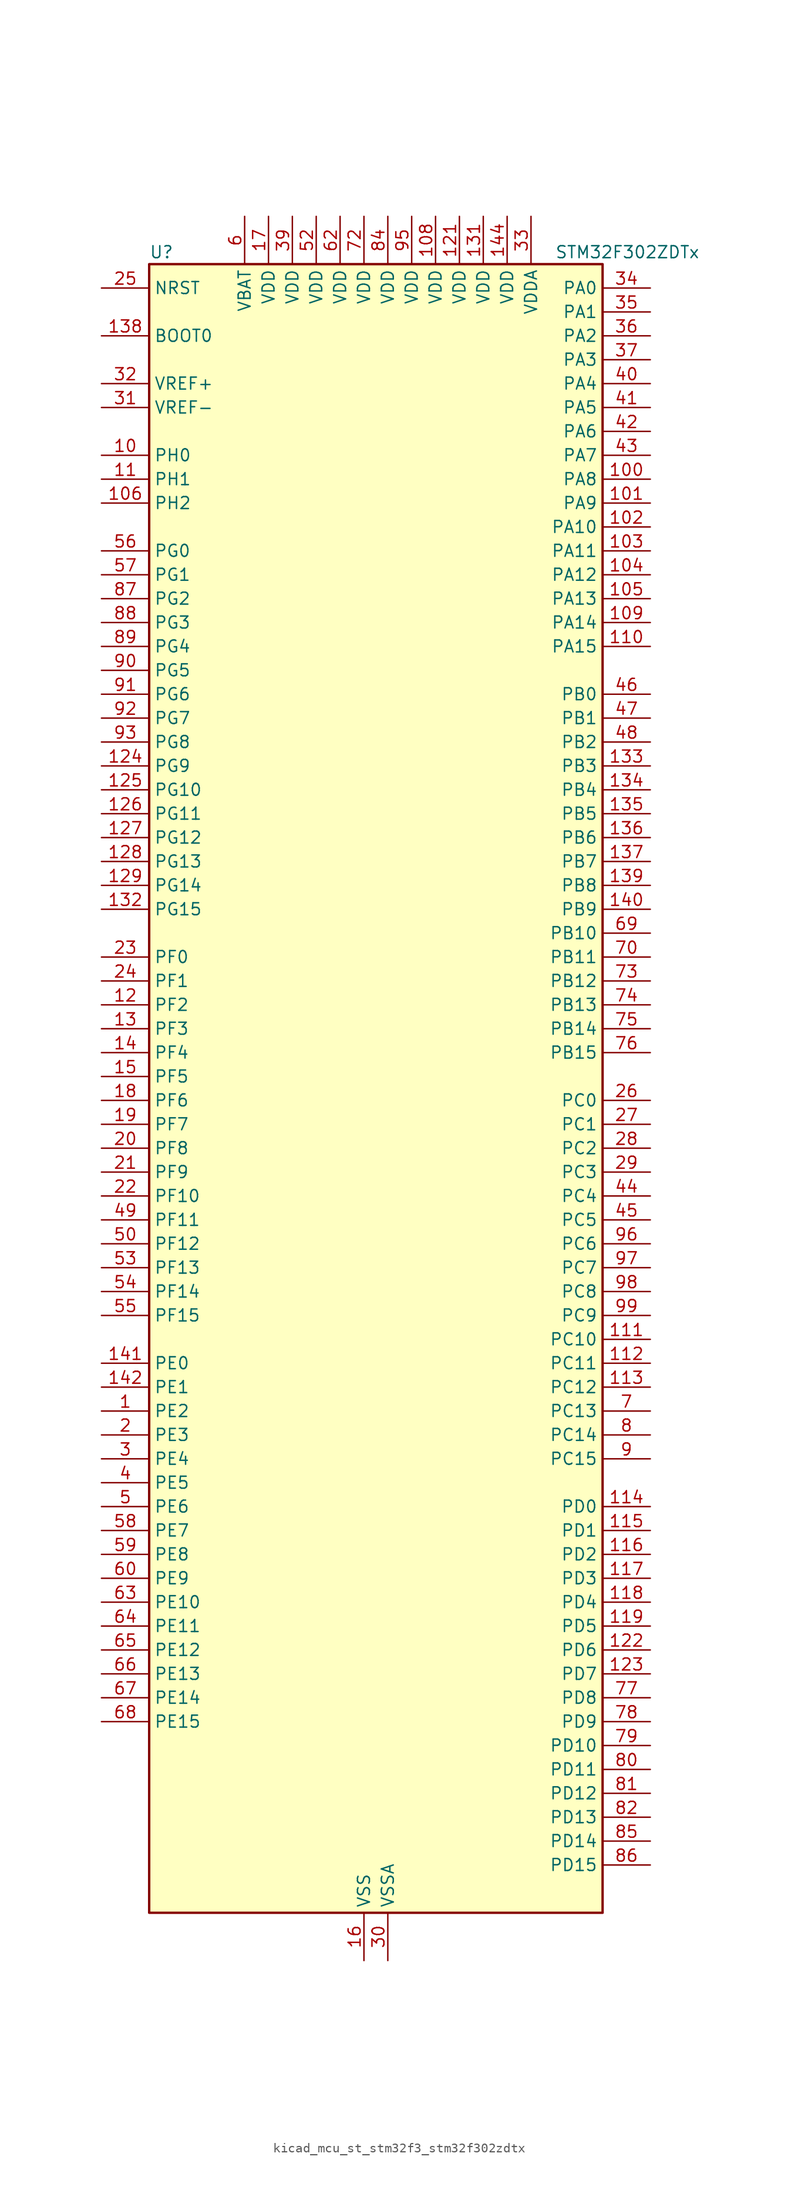
<source format=kicad_sym>
(kicad_symbol_lib
  (version 20220914)
  (generator kicad_symbol_editor)
  (symbol "kicad_mcu_st_stm32f3_stm32f302zdtx"
    (property "Reference" "U"
      (at -22.86 90.17 0)
      (effects (font (size 1.27 1.27)) (justify left)))
    (property "Value" "STM32F302ZDTx"
      (at 20.32 90.17 0)
      (effects (font (size 1.27 1.27)) (justify left)))
    (property "ki_locked" ""
      (at 0 0 0)
      (effects (font (size 1.27 1.27))))
    (symbol "kicad_mcu_st_stm32f3_stm32f302zdtx_0_1"
      (rectangle (start -22.86 -86.36) (end 25.4 88.9) (stroke (width 0.254) (type default)) (fill (type background))))
    (symbol "kicad_mcu_st_stm32f3_stm32f302zdtx_1_1"
      (pin bidirectional line (at -27.94 -33.02 0) (length 5.08) (name "PE2" (effects (font (size 1.27 1.27)))) (number "1" (effects (font (size 1.27 1.27)))) (alternate "FMC_A23" bidirectional line) (alternate "SPI4_SCK" bidirectional line) (alternate "SYS_TRACECK" bidirectional line) (alternate "TIM3_CH1" bidirectional line) (alternate "TSC_G7_IO1" bidirectional line))
      (pin bidirectional line (at -27.94 68.58 0) (length 5.08) (name "PH0" (effects (font (size 1.27 1.27)))) (number "10" (effects (font (size 1.27 1.27)))) (alternate "FMC_A0" bidirectional line))
      (pin bidirectional line (at 30.48 66.04 180) (length 5.08) (name "PA8" (effects (font (size 1.27 1.27)))) (number "100" (effects (font (size 1.27 1.27)))) (alternate "I2C2_SMBA" bidirectional line) (alternate "I2C3_SCL" bidirectional line) (alternate "I2S2_MCK" bidirectional line) (alternate "RCC_MCO" bidirectional line) (alternate "TIM1_CH1" bidirectional line) (alternate "TIM4_ETR" bidirectional line) (alternate "USART1_CK" bidirectional line))
      (pin bidirectional line (at 30.48 63.5 180) (length 5.08) (name "PA9" (effects (font (size 1.27 1.27)))) (number "101" (effects (font (size 1.27 1.27)))) (alternate "DAC1_EXTI9" bidirectional line) (alternate "I2C2_SCL" bidirectional line) (alternate "I2C3_SMBA" bidirectional line) (alternate "I2S3_MCK" bidirectional line) (alternate "TIM15_BKIN" bidirectional line) (alternate "TIM1_CH2" bidirectional line) (alternate "TIM2_CH3" bidirectional line) (alternate "TSC_G4_IO1" bidirectional line) (alternate "USART1_TX" bidirectional line))
      (pin bidirectional line (at 30.48 60.96 180) (length 5.08) (name "PA10" (effects (font (size 1.27 1.27)))) (number "102" (effects (font (size 1.27 1.27)))) (alternate "COMP6_OUT" bidirectional line) (alternate "I2C2_SDA" bidirectional line) (alternate "I2S2_ext_SD" bidirectional line) (alternate "SPI2_MISO" bidirectional line) (alternate "TIM17_BKIN" bidirectional line) (alternate "TIM1_CH3" bidirectional line) (alternate "TIM2_CH4" bidirectional line) (alternate "TSC_G4_IO2" bidirectional line) (alternate "USART1_RX" bidirectional line))
      (pin bidirectional line (at 30.48 58.42 180) (length 5.08) (name "PA11" (effects (font (size 1.27 1.27)))) (number "103" (effects (font (size 1.27 1.27)))) (alternate "ADC1_EXTI11" bidirectional line) (alternate "ADC2_EXTI11" bidirectional line) (alternate "CAN_RX" bidirectional line) (alternate "COMP1_OUT" bidirectional line) (alternate "I2S2_SD" bidirectional line) (alternate "SPI2_MOSI" bidirectional line) (alternate "TIM1_BKIN2" bidirectional line) (alternate "TIM1_CH1N" bidirectional line) (alternate "TIM1_CH4" bidirectional line) (alternate "TIM4_CH1" bidirectional line) (alternate "USART1_CTS" bidirectional line) (alternate "USB_DM" bidirectional line))
      (pin bidirectional line (at 30.48 55.88 180) (length 5.08) (name "PA12" (effects (font (size 1.27 1.27)))) (number "104" (effects (font (size 1.27 1.27)))) (alternate "CAN_TX" bidirectional line) (alternate "COMP2_OUT" bidirectional line) (alternate "I2S_CKIN" bidirectional line) (alternate "TIM16_CH1" bidirectional line) (alternate "TIM1_CH2N" bidirectional line) (alternate "TIM1_ETR" bidirectional line) (alternate "TIM4_CH2" bidirectional line) (alternate "USART1_DE" bidirectional line) (alternate "USART1_RTS" bidirectional line) (alternate "USB_DP" bidirectional line))
      (pin bidirectional line (at 30.48 53.34 180) (length 5.08) (name "PA13" (effects (font (size 1.27 1.27)))) (number "105" (effects (font (size 1.27 1.27)))) (alternate "IR_OUT" bidirectional line) (alternate "SYS_JTMS-SWDIO" bidirectional line) (alternate "TIM16_CH1N" bidirectional line) (alternate "TIM4_CH3" bidirectional line) (alternate "TSC_G4_IO3" bidirectional line) (alternate "USART3_CTS" bidirectional line))
      (pin bidirectional line (at -27.94 63.5 0) (length 5.08) (name "PH2" (effects (font (size 1.27 1.27)))) (number "106" (effects (font (size 1.27 1.27)))))
      (pin passive line (at 0 -91.44 90) (length 5.08) hide (name "VSS" (effects (font (size 1.27 1.27)))) (number "107" (effects (font (size 1.27 1.27)))))
      (pin power_in line (at 7.62 93.98 270) (length 5.08) (name "VDD" (effects (font (size 1.27 1.27)))) (number "108" (effects (font (size 1.27 1.27)))))
      (pin bidirectional line (at 30.48 50.8 180) (length 5.08) (name "PA14" (effects (font (size 1.27 1.27)))) (number "109" (effects (font (size 1.27 1.27)))) (alternate "I2C1_SDA" bidirectional line) (alternate "SYS_JTCK-SWCLK" bidirectional line) (alternate "TIM1_BKIN" bidirectional line) (alternate "TSC_G4_IO4" bidirectional line) (alternate "USART2_TX" bidirectional line))
      (pin bidirectional line (at -27.94 66.04 0) (length 5.08) (name "PH1" (effects (font (size 1.27 1.27)))) (number "11" (effects (font (size 1.27 1.27)))) (alternate "FMC_A1" bidirectional line))
      (pin bidirectional line (at 30.48 48.26 180) (length 5.08) (name "PA15" (effects (font (size 1.27 1.27)))) (number "110" (effects (font (size 1.27 1.27)))) (alternate "ADC1_EXTI15" bidirectional line) (alternate "ADC2_EXTI15" bidirectional line) (alternate "I2C1_SCL" bidirectional line) (alternate "I2S3_WS" bidirectional line) (alternate "SPI1_NSS" bidirectional line) (alternate "SPI3_NSS" bidirectional line) (alternate "SYS_JTDI" bidirectional line) (alternate "TIM1_BKIN" bidirectional line) (alternate "TIM2_CH1" bidirectional line) (alternate "TIM2_ETR" bidirectional line) (alternate "TSC_SYNC" bidirectional line) (alternate "USART2_RX" bidirectional line))
      (pin bidirectional line (at 30.48 -25.4 180) (length 5.08) (name "PC10" (effects (font (size 1.27 1.27)))) (number "111" (effects (font (size 1.27 1.27)))) (alternate "I2S3_CK" bidirectional line) (alternate "SPI3_SCK" bidirectional line) (alternate "UART4_TX" bidirectional line) (alternate "USART3_TX" bidirectional line))
      (pin bidirectional line (at 30.48 -27.94 180) (length 5.08) (name "PC11" (effects (font (size 1.27 1.27)))) (number "112" (effects (font (size 1.27 1.27)))) (alternate "ADC1_EXTI11" bidirectional line) (alternate "ADC2_EXTI11" bidirectional line) (alternate "I2S3_ext_SD" bidirectional line) (alternate "SPI3_MISO" bidirectional line) (alternate "UART4_RX" bidirectional line) (alternate "USART3_RX" bidirectional line))
      (pin bidirectional line (at 30.48 -30.48 180) (length 5.08) (name "PC12" (effects (font (size 1.27 1.27)))) (number "113" (effects (font (size 1.27 1.27)))) (alternate "I2S3_SD" bidirectional line) (alternate "SPI3_MOSI" bidirectional line) (alternate "UART5_TX" bidirectional line) (alternate "USART3_CK" bidirectional line))
      (pin bidirectional line (at 30.48 -43.18 180) (length 5.08) (name "PD0" (effects (font (size 1.27 1.27)))) (number "114" (effects (font (size 1.27 1.27)))) (alternate "CAN_RX" bidirectional line) (alternate "FMC_D2" bidirectional line) (alternate "FMC_DA2" bidirectional line))
      (pin bidirectional line (at 30.48 -45.72 180) (length 5.08) (name "PD1" (effects (font (size 1.27 1.27)))) (number "115" (effects (font (size 1.27 1.27)))) (alternate "CAN_TX" bidirectional line) (alternate "FMC_D3" bidirectional line) (alternate "FMC_DA3" bidirectional line))
      (pin bidirectional line (at 30.48 -48.26 180) (length 5.08) (name "PD2" (effects (font (size 1.27 1.27)))) (number "116" (effects (font (size 1.27 1.27)))) (alternate "TIM3_ETR" bidirectional line) (alternate "UART5_RX" bidirectional line))
      (pin bidirectional line (at 30.48 -50.8 180) (length 5.08) (name "PD3" (effects (font (size 1.27 1.27)))) (number "117" (effects (font (size 1.27 1.27)))) (alternate "FMC_CLK" bidirectional line) (alternate "TIM2_CH1" bidirectional line) (alternate "TIM2_ETR" bidirectional line) (alternate "USART2_CTS" bidirectional line))
      (pin bidirectional line (at 30.48 -53.34 180) (length 5.08) (name "PD4" (effects (font (size 1.27 1.27)))) (number "118" (effects (font (size 1.27 1.27)))) (alternate "FMC_NOE" bidirectional line) (alternate "TIM2_CH2" bidirectional line) (alternate "USART2_DE" bidirectional line) (alternate "USART2_RTS" bidirectional line))
      (pin bidirectional line (at 30.48 -55.88 180) (length 5.08) (name "PD5" (effects (font (size 1.27 1.27)))) (number "119" (effects (font (size 1.27 1.27)))) (alternate "FMC_NWE" bidirectional line) (alternate "USART2_TX" bidirectional line))
      (pin bidirectional line (at -27.94 10.16 0) (length 5.08) (name "PF2" (effects (font (size 1.27 1.27)))) (number "12" (effects (font (size 1.27 1.27)))) (alternate "ADC1_IN10" bidirectional line) (alternate "ADC2_IN10" bidirectional line) (alternate "FMC_A2" bidirectional line))
      (pin passive line (at 0 -91.44 90) (length 5.08) hide (name "VSS" (effects (font (size 1.27 1.27)))) (number "120" (effects (font (size 1.27 1.27)))))
      (pin power_in line (at 10.16 93.98 270) (length 5.08) (name "VDD" (effects (font (size 1.27 1.27)))) (number "121" (effects (font (size 1.27 1.27)))))
      (pin bidirectional line (at 30.48 -58.42 180) (length 5.08) (name "PD6" (effects (font (size 1.27 1.27)))) (number "122" (effects (font (size 1.27 1.27)))) (alternate "FMC_NWAIT" bidirectional line) (alternate "TIM2_CH4" bidirectional line) (alternate "USART2_RX" bidirectional line))
      (pin bidirectional line (at 30.48 -60.96 180) (length 5.08) (name "PD7" (effects (font (size 1.27 1.27)))) (number "123" (effects (font (size 1.27 1.27)))) (alternate "FMC_NCE2" bidirectional line) (alternate "FMC_NE1" bidirectional line) (alternate "TIM2_CH3" bidirectional line) (alternate "USART2_CK" bidirectional line))
      (pin bidirectional line (at -27.94 35.56 0) (length 5.08) (name "PG9" (effects (font (size 1.27 1.27)))) (number "124" (effects (font (size 1.27 1.27)))) (alternate "DAC1_EXTI9" bidirectional line) (alternate "FMC_NCE3" bidirectional line) (alternate "FMC_NE2" bidirectional line))
      (pin bidirectional line (at -27.94 33.02 0) (length 5.08) (name "PG10" (effects (font (size 1.27 1.27)))) (number "125" (effects (font (size 1.27 1.27)))) (alternate "FMC_NCE4_1" bidirectional line) (alternate "FMC_NE3" bidirectional line))
      (pin bidirectional line (at -27.94 30.48 0) (length 5.08) (name "PG11" (effects (font (size 1.27 1.27)))) (number "126" (effects (font (size 1.27 1.27)))) (alternate "ADC1_EXTI11" bidirectional line) (alternate "ADC2_EXTI11" bidirectional line) (alternate "FMC_NCE4_2" bidirectional line))
      (pin bidirectional line (at -27.94 27.94 0) (length 5.08) (name "PG12" (effects (font (size 1.27 1.27)))) (number "127" (effects (font (size 1.27 1.27)))) (alternate "FMC_NE4" bidirectional line))
      (pin bidirectional line (at -27.94 25.4 0) (length 5.08) (name "PG13" (effects (font (size 1.27 1.27)))) (number "128" (effects (font (size 1.27 1.27)))) (alternate "FMC_A24" bidirectional line))
      (pin bidirectional line (at -27.94 22.86 0) (length 5.08) (name "PG14" (effects (font (size 1.27 1.27)))) (number "129" (effects (font (size 1.27 1.27)))) (alternate "FMC_A25" bidirectional line))
      (pin bidirectional line (at -27.94 7.62 0) (length 5.08) (name "PF3" (effects (font (size 1.27 1.27)))) (number "13" (effects (font (size 1.27 1.27)))) (alternate "FMC_A3" bidirectional line))
      (pin passive line (at 0 -91.44 90) (length 5.08) hide (name "VSS" (effects (font (size 1.27 1.27)))) (number "130" (effects (font (size 1.27 1.27)))))
      (pin power_in line (at 12.7 93.98 270) (length 5.08) (name "VDD" (effects (font (size 1.27 1.27)))) (number "131" (effects (font (size 1.27 1.27)))))
      (pin bidirectional line (at -27.94 20.32 0) (length 5.08) (name "PG15" (effects (font (size 1.27 1.27)))) (number "132" (effects (font (size 1.27 1.27)))) (alternate "ADC1_EXTI15" bidirectional line) (alternate "ADC2_EXTI15" bidirectional line))
      (pin bidirectional line (at 30.48 35.56 180) (length 5.08) (name "PB3" (effects (font (size 1.27 1.27)))) (number "133" (effects (font (size 1.27 1.27)))) (alternate "I2S3_CK" bidirectional line) (alternate "SPI1_SCK" bidirectional line) (alternate "SPI3_SCK" bidirectional line) (alternate "SYS_JTDO-TRACESWO" bidirectional line) (alternate "TIM2_CH2" bidirectional line) (alternate "TIM3_ETR" bidirectional line) (alternate "TIM4_ETR" bidirectional line) (alternate "TSC_G5_IO1" bidirectional line) (alternate "USART2_TX" bidirectional line))
      (pin bidirectional line (at 30.48 33.02 180) (length 5.08) (name "PB4" (effects (font (size 1.27 1.27)))) (number "134" (effects (font (size 1.27 1.27)))) (alternate "I2S3_ext_SD" bidirectional line) (alternate "SPI1_MISO" bidirectional line) (alternate "SPI3_MISO" bidirectional line) (alternate "SYS_NJTRST" bidirectional line) (alternate "TIM16_CH1" bidirectional line) (alternate "TIM17_BKIN" bidirectional line) (alternate "TIM3_CH1" bidirectional line) (alternate "TSC_G5_IO2" bidirectional line) (alternate "USART2_RX" bidirectional line))
      (pin bidirectional line (at 30.48 30.48 180) (length 5.08) (name "PB5" (effects (font (size 1.27 1.27)))) (number "135" (effects (font (size 1.27 1.27)))) (alternate "I2C1_SMBA" bidirectional line) (alternate "I2C3_SDA" bidirectional line) (alternate "I2S3_SD" bidirectional line) (alternate "SPI1_MOSI" bidirectional line) (alternate "SPI3_MOSI" bidirectional line) (alternate "TIM16_BKIN" bidirectional line) (alternate "TIM17_CH1" bidirectional line) (alternate "TIM3_CH2" bidirectional line) (alternate "USART2_CK" bidirectional line))
      (pin bidirectional line (at 30.48 27.94 180) (length 5.08) (name "PB6" (effects (font (size 1.27 1.27)))) (number "136" (effects (font (size 1.27 1.27)))) (alternate "I2C1_SCL" bidirectional line) (alternate "TIM16_CH1N" bidirectional line) (alternate "TIM4_CH1" bidirectional line) (alternate "TSC_G5_IO3" bidirectional line) (alternate "USART1_TX" bidirectional line))
      (pin bidirectional line (at 30.48 25.4 180) (length 5.08) (name "PB7" (effects (font (size 1.27 1.27)))) (number "137" (effects (font (size 1.27 1.27)))) (alternate "FMC_NL" bidirectional line) (alternate "I2C1_SDA" bidirectional line) (alternate "TIM17_CH1N" bidirectional line) (alternate "TIM3_CH4" bidirectional line) (alternate "TIM4_CH2" bidirectional line) (alternate "TSC_G5_IO4" bidirectional line) (alternate "USART1_RX" bidirectional line))
      (pin input line (at -27.94 81.28 0) (length 5.08) (name "BOOT0" (effects (font (size 1.27 1.27)))) (number "138" (effects (font (size 1.27 1.27)))))
      (pin bidirectional line (at 30.48 22.86 180) (length 5.08) (name "PB8" (effects (font (size 1.27 1.27)))) (number "139" (effects (font (size 1.27 1.27)))) (alternate "CAN_RX" bidirectional line) (alternate "COMP1_OUT" bidirectional line) (alternate "I2C1_SCL" bidirectional line) (alternate "TIM16_CH1" bidirectional line) (alternate "TIM1_BKIN" bidirectional line) (alternate "TIM4_CH3" bidirectional line) (alternate "TSC_SYNC" bidirectional line) (alternate "USART3_RX" bidirectional line))
      (pin bidirectional line (at -27.94 5.08 0) (length 5.08) (name "PF4" (effects (font (size 1.27 1.27)))) (number "14" (effects (font (size 1.27 1.27)))) (alternate "ADC1_IN5" bidirectional line) (alternate "COMP1_OUT" bidirectional line) (alternate "FMC_A4" bidirectional line))
      (pin bidirectional line (at 30.48 20.32 180) (length 5.08) (name "PB9" (effects (font (size 1.27 1.27)))) (number "140" (effects (font (size 1.27 1.27)))) (alternate "CAN_TX" bidirectional line) (alternate "COMP2_OUT" bidirectional line) (alternate "DAC1_EXTI9" bidirectional line) (alternate "I2C1_SDA" bidirectional line) (alternate "IR_OUT" bidirectional line) (alternate "TIM17_CH1" bidirectional line) (alternate "TIM4_CH4" bidirectional line) (alternate "USART3_TX" bidirectional line))
      (pin bidirectional line (at -27.94 -27.94 0) (length 5.08) (name "PE0" (effects (font (size 1.27 1.27)))) (number "141" (effects (font (size 1.27 1.27)))) (alternate "FMC_NBL0" bidirectional line) (alternate "TIM16_CH1" bidirectional line) (alternate "TIM4_ETR" bidirectional line) (alternate "USART1_TX" bidirectional line))
      (pin bidirectional line (at -27.94 -30.48 0) (length 5.08) (name "PE1" (effects (font (size 1.27 1.27)))) (number "142" (effects (font (size 1.27 1.27)))) (alternate "FMC_NBL1" bidirectional line) (alternate "TIM17_CH1" bidirectional line) (alternate "USART1_RX" bidirectional line))
      (pin passive line (at 0 -91.44 90) (length 5.08) hide (name "VSS" (effects (font (size 1.27 1.27)))) (number "143" (effects (font (size 1.27 1.27)))))
      (pin power_in line (at 15.24 93.98 270) (length 5.08) (name "VDD" (effects (font (size 1.27 1.27)))) (number "144" (effects (font (size 1.27 1.27)))))
      (pin bidirectional line (at -27.94 2.54 0) (length 5.08) (name "PF5" (effects (font (size 1.27 1.27)))) (number "15" (effects (font (size 1.27 1.27)))) (alternate "FMC_A5" bidirectional line))
      (pin power_in line (at 0 -91.44 90) (length 5.08) (name "VSS" (effects (font (size 1.27 1.27)))) (number "16" (effects (font (size 1.27 1.27)))))
      (pin power_in line (at -10.16 93.98 270) (length 5.08) (name "VDD" (effects (font (size 1.27 1.27)))) (number "17" (effects (font (size 1.27 1.27)))))
      (pin bidirectional line (at -27.94 0 0) (length 5.08) (name "PF6" (effects (font (size 1.27 1.27)))) (number "18" (effects (font (size 1.27 1.27)))) (alternate "FMC_NIORD" bidirectional line) (alternate "I2C2_SCL" bidirectional line) (alternate "TIM4_CH4" bidirectional line) (alternate "USART3_DE" bidirectional line) (alternate "USART3_RTS" bidirectional line))
      (pin bidirectional line (at -27.94 -2.54 0) (length 5.08) (name "PF7" (effects (font (size 1.27 1.27)))) (number "19" (effects (font (size 1.27 1.27)))) (alternate "FMC_NREG" bidirectional line))
      (pin bidirectional line (at -27.94 -35.56 0) (length 5.08) (name "PE3" (effects (font (size 1.27 1.27)))) (number "2" (effects (font (size 1.27 1.27)))) (alternate "FMC_A19" bidirectional line) (alternate "SPI4_NSS" bidirectional line) (alternate "SYS_TRACED0" bidirectional line) (alternate "TIM3_CH2" bidirectional line) (alternate "TSC_G7_IO2" bidirectional line))
      (pin bidirectional line (at -27.94 -5.08 0) (length 5.08) (name "PF8" (effects (font (size 1.27 1.27)))) (number "20" (effects (font (size 1.27 1.27)))) (alternate "FMC_NIOWR" bidirectional line))
      (pin bidirectional line (at -27.94 -7.62 0) (length 5.08) (name "PF9" (effects (font (size 1.27 1.27)))) (number "21" (effects (font (size 1.27 1.27)))) (alternate "DAC1_EXTI9" bidirectional line) (alternate "FMC_CD" bidirectional line) (alternate "SPI2_SCK" bidirectional line) (alternate "TIM15_CH1" bidirectional line))
      (pin bidirectional line (at -27.94 -10.16 0) (length 5.08) (name "PF10" (effects (font (size 1.27 1.27)))) (number "22" (effects (font (size 1.27 1.27)))) (alternate "FMC_INTR" bidirectional line) (alternate "SPI2_SCK" bidirectional line) (alternate "TIM15_CH2" bidirectional line))
      (pin bidirectional line (at -27.94 15.24 0) (length 5.08) (name "PF0" (effects (font (size 1.27 1.27)))) (number "23" (effects (font (size 1.27 1.27)))) (alternate "I2C2_SDA" bidirectional line) (alternate "I2S2_WS" bidirectional line) (alternate "RCC_OSC_IN" bidirectional line) (alternate "SPI2_NSS" bidirectional line) (alternate "TIM1_CH3N" bidirectional line))
      (pin bidirectional line (at -27.94 12.7 0) (length 5.08) (name "PF1" (effects (font (size 1.27 1.27)))) (number "24" (effects (font (size 1.27 1.27)))) (alternate "I2C2_SCL" bidirectional line) (alternate "I2S2_CK" bidirectional line) (alternate "RCC_OSC_OUT" bidirectional line) (alternate "SPI2_SCK" bidirectional line))
      (pin input line (at -27.94 86.36 0) (length 5.08) (name "NRST" (effects (font (size 1.27 1.27)))) (number "25" (effects (font (size 1.27 1.27)))))
      (pin bidirectional line (at 30.48 0 180) (length 5.08) (name "PC0" (effects (font (size 1.27 1.27)))) (number "26" (effects (font (size 1.27 1.27)))) (alternate "ADC1_IN6" bidirectional line) (alternate "ADC2_IN6" bidirectional line) (alternate "TIM1_CH1" bidirectional line))
      (pin bidirectional line (at 30.48 -2.54 180) (length 5.08) (name "PC1" (effects (font (size 1.27 1.27)))) (number "27" (effects (font (size 1.27 1.27)))) (alternate "ADC1_IN7" bidirectional line) (alternate "ADC2_IN7" bidirectional line) (alternate "TIM1_CH2" bidirectional line))
      (pin bidirectional line (at 30.48 -5.08 180) (length 5.08) (name "PC2" (effects (font (size 1.27 1.27)))) (number "28" (effects (font (size 1.27 1.27)))) (alternate "ADC1_IN8" bidirectional line) (alternate "ADC2_IN8" bidirectional line) (alternate "TIM1_CH3" bidirectional line))
      (pin bidirectional line (at 30.48 -7.62 180) (length 5.08) (name "PC3" (effects (font (size 1.27 1.27)))) (number "29" (effects (font (size 1.27 1.27)))) (alternate "ADC1_IN9" bidirectional line) (alternate "ADC2_IN9" bidirectional line) (alternate "TIM1_BKIN2" bidirectional line) (alternate "TIM1_CH4" bidirectional line))
      (pin bidirectional line (at -27.94 -38.1 0) (length 5.08) (name "PE4" (effects (font (size 1.27 1.27)))) (number "3" (effects (font (size 1.27 1.27)))) (alternate "FMC_A20" bidirectional line) (alternate "SPI4_NSS" bidirectional line) (alternate "SYS_TRACED1" bidirectional line) (alternate "TIM3_CH3" bidirectional line) (alternate "TSC_G7_IO3" bidirectional line))
      (pin power_in line (at 2.54 -91.44 90) (length 5.08) (name "VSSA" (effects (font (size 1.27 1.27)))) (number "30" (effects (font (size 1.27 1.27)))))
      (pin input line (at -27.94 73.66 0) (length 5.08) (name "VREF-" (effects (font (size 1.27 1.27)))) (number "31" (effects (font (size 1.27 1.27)))))
      (pin input line (at -27.94 76.2 0) (length 5.08) (name "VREF+" (effects (font (size 1.27 1.27)))) (number "32" (effects (font (size 1.27 1.27)))))
      (pin power_in line (at 17.78 93.98 270) (length 5.08) (name "VDDA" (effects (font (size 1.27 1.27)))) (number "33" (effects (font (size 1.27 1.27)))))
      (pin bidirectional line (at 30.48 86.36 180) (length 5.08) (name "PA0" (effects (font (size 1.27 1.27)))) (number "34" (effects (font (size 1.27 1.27)))) (alternate "ADC1_IN1" bidirectional line) (alternate "COMP1_INM" bidirectional line) (alternate "COMP1_OUT" bidirectional line) (alternate "RTC_TAMP2" bidirectional line) (alternate "SYS_WKUP1" bidirectional line) (alternate "TIM2_CH1" bidirectional line) (alternate "TIM2_ETR" bidirectional line) (alternate "TSC_G1_IO1" bidirectional line) (alternate "USART2_CTS" bidirectional line))
      (pin bidirectional line (at 30.48 83.82 180) (length 5.08) (name "PA1" (effects (font (size 1.27 1.27)))) (number "35" (effects (font (size 1.27 1.27)))) (alternate "ADC1_IN2" bidirectional line) (alternate "COMP1_INP" bidirectional line) (alternate "OPAMP1_VINP" bidirectional line) (alternate "OPAMP1_VINP_SEC" bidirectional line) (alternate "RTC_REFIN" bidirectional line) (alternate "TIM15_CH1N" bidirectional line) (alternate "TIM2_CH2" bidirectional line) (alternate "TSC_G1_IO2" bidirectional line) (alternate "USART2_DE" bidirectional line) (alternate "USART2_RTS" bidirectional line))
      (pin bidirectional line (at 30.48 81.28 180) (length 5.08) (name "PA2" (effects (font (size 1.27 1.27)))) (number "36" (effects (font (size 1.27 1.27)))) (alternate "ADC1_IN3" bidirectional line) (alternate "COMP2_INM" bidirectional line) (alternate "COMP2_OUT" bidirectional line) (alternate "OPAMP1_VOUT" bidirectional line) (alternate "TIM15_CH1" bidirectional line) (alternate "TIM2_CH3" bidirectional line) (alternate "TSC_G1_IO3" bidirectional line) (alternate "USART2_TX" bidirectional line))
      (pin bidirectional line (at 30.48 78.74 180) (length 5.08) (name "PA3" (effects (font (size 1.27 1.27)))) (number "37" (effects (font (size 1.27 1.27)))) (alternate "ADC1_IN4" bidirectional line) (alternate "OPAMP1_VINM" bidirectional line) (alternate "OPAMP1_VINM_SEC" bidirectional line) (alternate "OPAMP1_VINP" bidirectional line) (alternate "OPAMP1_VINP_SEC" bidirectional line) (alternate "TIM15_CH2" bidirectional line) (alternate "TIM2_CH4" bidirectional line) (alternate "TSC_G1_IO4" bidirectional line) (alternate "USART2_RX" bidirectional line))
      (pin passive line (at 0 -91.44 90) (length 5.08) hide (name "VSS" (effects (font (size 1.27 1.27)))) (number "38" (effects (font (size 1.27 1.27)))))
      (pin power_in line (at -7.62 93.98 270) (length 5.08) (name "VDD" (effects (font (size 1.27 1.27)))) (number "39" (effects (font (size 1.27 1.27)))))
      (pin bidirectional line (at -27.94 -40.64 0) (length 5.08) (name "PE5" (effects (font (size 1.27 1.27)))) (number "4" (effects (font (size 1.27 1.27)))) (alternate "FMC_A21" bidirectional line) (alternate "SPI4_MISO" bidirectional line) (alternate "SYS_TRACED2" bidirectional line) (alternate "TIM3_CH4" bidirectional line) (alternate "TSC_G7_IO4" bidirectional line))
      (pin bidirectional line (at 30.48 76.2 180) (length 5.08) (name "PA4" (effects (font (size 1.27 1.27)))) (number "40" (effects (font (size 1.27 1.27)))) (alternate "ADC2_IN1" bidirectional line) (alternate "COMP1_INM" bidirectional line) (alternate "COMP2_INM" bidirectional line) (alternate "COMP4_INM" bidirectional line) (alternate "COMP6_INM" bidirectional line) (alternate "DAC1_OUT1" bidirectional line) (alternate "I2S3_WS" bidirectional line) (alternate "SPI1_NSS" bidirectional line) (alternate "SPI3_NSS" bidirectional line) (alternate "TIM3_CH2" bidirectional line) (alternate "TSC_G2_IO1" bidirectional line) (alternate "USART2_CK" bidirectional line))
      (pin bidirectional line (at 30.48 73.66 180) (length 5.08) (name "PA5" (effects (font (size 1.27 1.27)))) (number "41" (effects (font (size 1.27 1.27)))) (alternate "ADC2_IN2" bidirectional line) (alternate "COMP1_INM" bidirectional line) (alternate "COMP2_INM" bidirectional line) (alternate "COMP4_INM" bidirectional line) (alternate "COMP6_INM" bidirectional line) (alternate "OPAMP1_VINP" bidirectional line) (alternate "OPAMP1_VINP_SEC" bidirectional line) (alternate "OPAMP2_VINM" bidirectional line) (alternate "OPAMP2_VINM_SEC" bidirectional line) (alternate "SPI1_SCK" bidirectional line) (alternate "TIM2_CH1" bidirectional line) (alternate "TIM2_ETR" bidirectional line) (alternate "TSC_G2_IO2" bidirectional line))
      (pin bidirectional line (at 30.48 71.12 180) (length 5.08) (name "PA6" (effects (font (size 1.27 1.27)))) (number "42" (effects (font (size 1.27 1.27)))) (alternate "ADC2_IN3" bidirectional line) (alternate "COMP1_OUT" bidirectional line) (alternate "OPAMP2_VOUT" bidirectional line) (alternate "SPI1_MISO" bidirectional line) (alternate "TIM16_CH1" bidirectional line) (alternate "TIM1_BKIN" bidirectional line) (alternate "TIM3_CH1" bidirectional line) (alternate "TSC_G2_IO3" bidirectional line))
      (pin bidirectional line (at 30.48 68.58 180) (length 5.08) (name "PA7" (effects (font (size 1.27 1.27)))) (number "43" (effects (font (size 1.27 1.27)))) (alternate "ADC2_IN4" bidirectional line) (alternate "COMP2_INP" bidirectional line) (alternate "OPAMP1_VINP" bidirectional line) (alternate "OPAMP1_VINP_SEC" bidirectional line) (alternate "OPAMP2_VINP" bidirectional line) (alternate "OPAMP2_VINP_SEC" bidirectional line) (alternate "SPI1_MOSI" bidirectional line) (alternate "TIM17_CH1" bidirectional line) (alternate "TIM1_CH1N" bidirectional line) (alternate "TIM3_CH2" bidirectional line) (alternate "TSC_G2_IO4" bidirectional line))
      (pin bidirectional line (at 30.48 -10.16 180) (length 5.08) (name "PC4" (effects (font (size 1.27 1.27)))) (number "44" (effects (font (size 1.27 1.27)))) (alternate "ADC2_IN5" bidirectional line) (alternate "TIM1_ETR" bidirectional line) (alternate "USART1_TX" bidirectional line))
      (pin bidirectional line (at 30.48 -12.7 180) (length 5.08) (name "PC5" (effects (font (size 1.27 1.27)))) (number "45" (effects (font (size 1.27 1.27)))) (alternate "ADC2_IN11" bidirectional line) (alternate "OPAMP1_VINM" bidirectional line) (alternate "OPAMP1_VINM_SEC" bidirectional line) (alternate "OPAMP2_VINM" bidirectional line) (alternate "OPAMP2_VINM_SEC" bidirectional line) (alternate "TIM15_BKIN" bidirectional line) (alternate "TSC_G3_IO1" bidirectional line) (alternate "USART1_RX" bidirectional line))
      (pin bidirectional line (at 30.48 43.18 180) (length 5.08) (name "PB0" (effects (font (size 1.27 1.27)))) (number "46" (effects (font (size 1.27 1.27)))) (alternate "COMP4_INP" bidirectional line) (alternate "OPAMP2_VINP" bidirectional line) (alternate "OPAMP2_VINP_SEC" bidirectional line) (alternate "TIM1_CH2N" bidirectional line) (alternate "TIM3_CH3" bidirectional line) (alternate "TSC_G3_IO2" bidirectional line))
      (pin bidirectional line (at 30.48 40.64 180) (length 5.08) (name "PB1" (effects (font (size 1.27 1.27)))) (number "47" (effects (font (size 1.27 1.27)))) (alternate "COMP4_OUT" bidirectional line) (alternate "TIM1_CH3N" bidirectional line) (alternate "TIM3_CH4" bidirectional line) (alternate "TSC_G3_IO3" bidirectional line))
      (pin bidirectional line (at 30.48 38.1 180) (length 5.08) (name "PB2" (effects (font (size 1.27 1.27)))) (number "48" (effects (font (size 1.27 1.27)))) (alternate "ADC2_IN12" bidirectional line) (alternate "COMP4_INM" bidirectional line) (alternate "TSC_G3_IO4" bidirectional line))
      (pin bidirectional line (at -27.94 -12.7 0) (length 5.08) (name "PF11" (effects (font (size 1.27 1.27)))) (number "49" (effects (font (size 1.27 1.27)))) (alternate "ADC1_EXTI11" bidirectional line) (alternate "ADC2_EXTI11" bidirectional line))
      (pin bidirectional line (at -27.94 -43.18 0) (length 5.08) (name "PE6" (effects (font (size 1.27 1.27)))) (number "5" (effects (font (size 1.27 1.27)))) (alternate "FMC_A22" bidirectional line) (alternate "RTC_TAMP3" bidirectional line) (alternate "SPI4_MOSI" bidirectional line) (alternate "SYS_TRACED3" bidirectional line) (alternate "SYS_WKUP3" bidirectional line))
      (pin bidirectional line (at -27.94 -15.24 0) (length 5.08) (name "PF12" (effects (font (size 1.27 1.27)))) (number "50" (effects (font (size 1.27 1.27)))) (alternate "FMC_A6" bidirectional line))
      (pin passive line (at 0 -91.44 90) (length 5.08) hide (name "VSS" (effects (font (size 1.27 1.27)))) (number "51" (effects (font (size 1.27 1.27)))))
      (pin power_in line (at -5.08 93.98 270) (length 5.08) (name "VDD" (effects (font (size 1.27 1.27)))) (number "52" (effects (font (size 1.27 1.27)))))
      (pin bidirectional line (at -27.94 -17.78 0) (length 5.08) (name "PF13" (effects (font (size 1.27 1.27)))) (number "53" (effects (font (size 1.27 1.27)))) (alternate "FMC_A7" bidirectional line))
      (pin bidirectional line (at -27.94 -20.32 0) (length 5.08) (name "PF14" (effects (font (size 1.27 1.27)))) (number "54" (effects (font (size 1.27 1.27)))) (alternate "FMC_A8" bidirectional line))
      (pin bidirectional line (at -27.94 -22.86 0) (length 5.08) (name "PF15" (effects (font (size 1.27 1.27)))) (number "55" (effects (font (size 1.27 1.27)))) (alternate "ADC1_EXTI15" bidirectional line) (alternate "ADC2_EXTI15" bidirectional line) (alternate "FMC_A9" bidirectional line))
      (pin bidirectional line (at -27.94 58.42 0) (length 5.08) (name "PG0" (effects (font (size 1.27 1.27)))) (number "56" (effects (font (size 1.27 1.27)))) (alternate "FMC_A10" bidirectional line))
      (pin bidirectional line (at -27.94 55.88 0) (length 5.08) (name "PG1" (effects (font (size 1.27 1.27)))) (number "57" (effects (font (size 1.27 1.27)))) (alternate "FMC_A11" bidirectional line))
      (pin bidirectional line (at -27.94 -45.72 0) (length 5.08) (name "PE7" (effects (font (size 1.27 1.27)))) (number "58" (effects (font (size 1.27 1.27)))) (alternate "FMC_D4" bidirectional line) (alternate "FMC_DA4" bidirectional line) (alternate "TIM1_ETR" bidirectional line))
      (pin bidirectional line (at -27.94 -48.26 0) (length 5.08) (name "PE8" (effects (font (size 1.27 1.27)))) (number "59" (effects (font (size 1.27 1.27)))) (alternate "COMP4_INM" bidirectional line) (alternate "FMC_D5" bidirectional line) (alternate "FMC_DA5" bidirectional line) (alternate "TIM1_CH1N" bidirectional line))
      (pin power_in line (at -12.7 93.98 270) (length 5.08) (name "VBAT" (effects (font (size 1.27 1.27)))) (number "6" (effects (font (size 1.27 1.27)))))
      (pin bidirectional line (at -27.94 -50.8 0) (length 5.08) (name "PE9" (effects (font (size 1.27 1.27)))) (number "60" (effects (font (size 1.27 1.27)))) (alternate "DAC1_EXTI9" bidirectional line) (alternate "FMC_D6" bidirectional line) (alternate "FMC_DA6" bidirectional line) (alternate "TIM1_CH1" bidirectional line))
      (pin passive line (at 0 -91.44 90) (length 5.08) hide (name "VSS" (effects (font (size 1.27 1.27)))) (number "61" (effects (font (size 1.27 1.27)))))
      (pin power_in line (at -2.54 93.98 270) (length 5.08) (name "VDD" (effects (font (size 1.27 1.27)))) (number "62" (effects (font (size 1.27 1.27)))))
      (pin bidirectional line (at -27.94 -53.34 0) (length 5.08) (name "PE10" (effects (font (size 1.27 1.27)))) (number "63" (effects (font (size 1.27 1.27)))) (alternate "FMC_D7" bidirectional line) (alternate "FMC_DA7" bidirectional line) (alternate "TIM1_CH2N" bidirectional line))
      (pin bidirectional line (at -27.94 -55.88 0) (length 5.08) (name "PE11" (effects (font (size 1.27 1.27)))) (number "64" (effects (font (size 1.27 1.27)))) (alternate "ADC1_EXTI11" bidirectional line) (alternate "ADC2_EXTI11" bidirectional line) (alternate "FMC_D8" bidirectional line) (alternate "FMC_DA8" bidirectional line) (alternate "SPI4_NSS" bidirectional line) (alternate "TIM1_CH2" bidirectional line))
      (pin bidirectional line (at -27.94 -58.42 0) (length 5.08) (name "PE12" (effects (font (size 1.27 1.27)))) (number "65" (effects (font (size 1.27 1.27)))) (alternate "FMC_D9" bidirectional line) (alternate "FMC_DA9" bidirectional line) (alternate "SPI4_SCK" bidirectional line) (alternate "TIM1_CH3N" bidirectional line))
      (pin bidirectional line (at -27.94 -60.96 0) (length 5.08) (name "PE13" (effects (font (size 1.27 1.27)))) (number "66" (effects (font (size 1.27 1.27)))) (alternate "FMC_D10" bidirectional line) (alternate "FMC_DA10" bidirectional line) (alternate "SPI4_MISO" bidirectional line) (alternate "TIM1_CH3" bidirectional line))
      (pin bidirectional line (at -27.94 -63.5 0) (length 5.08) (name "PE14" (effects (font (size 1.27 1.27)))) (number "67" (effects (font (size 1.27 1.27)))) (alternate "FMC_D11" bidirectional line) (alternate "FMC_DA11" bidirectional line) (alternate "SPI4_MOSI" bidirectional line) (alternate "TIM1_BKIN2" bidirectional line) (alternate "TIM1_CH4" bidirectional line))
      (pin bidirectional line (at -27.94 -66.04 0) (length 5.08) (name "PE15" (effects (font (size 1.27 1.27)))) (number "68" (effects (font (size 1.27 1.27)))) (alternate "ADC1_EXTI15" bidirectional line) (alternate "ADC2_EXTI15" bidirectional line) (alternate "FMC_D12" bidirectional line) (alternate "FMC_DA12" bidirectional line) (alternate "TIM1_BKIN" bidirectional line) (alternate "USART3_RX" bidirectional line))
      (pin bidirectional line (at 30.48 17.78 180) (length 5.08) (name "PB10" (effects (font (size 1.27 1.27)))) (number "69" (effects (font (size 1.27 1.27)))) (alternate "TIM2_CH3" bidirectional line) (alternate "TSC_SYNC" bidirectional line) (alternate "USART3_TX" bidirectional line))
      (pin bidirectional line (at 30.48 -33.02 180) (length 5.08) (name "PC13" (effects (font (size 1.27 1.27)))) (number "7" (effects (font (size 1.27 1.27)))) (alternate "RTC_OUT_ALARM" bidirectional line) (alternate "RTC_OUT_CALIB" bidirectional line) (alternate "RTC_TAMP1" bidirectional line) (alternate "RTC_TS" bidirectional line) (alternate "SYS_WKUP2" bidirectional line) (alternate "TIM1_CH1N" bidirectional line))
      (pin bidirectional line (at 30.48 15.24 180) (length 5.08) (name "PB11" (effects (font (size 1.27 1.27)))) (number "70" (effects (font (size 1.27 1.27)))) (alternate "ADC1_EXTI11" bidirectional line) (alternate "ADC1_IN14" bidirectional line) (alternate "ADC2_EXTI11" bidirectional line) (alternate "ADC2_IN14" bidirectional line) (alternate "COMP6_INP" bidirectional line) (alternate "TIM2_CH4" bidirectional line) (alternate "TSC_G6_IO1" bidirectional line) (alternate "USART3_RX" bidirectional line))
      (pin passive line (at 0 -91.44 90) (length 5.08) hide (name "VSS" (effects (font (size 1.27 1.27)))) (number "71" (effects (font (size 1.27 1.27)))))
      (pin power_in line (at 0 93.98 270) (length 5.08) (name "VDD" (effects (font (size 1.27 1.27)))) (number "72" (effects (font (size 1.27 1.27)))))
      (pin bidirectional line (at 30.48 12.7 180) (length 5.08) (name "PB12" (effects (font (size 1.27 1.27)))) (number "73" (effects (font (size 1.27 1.27)))) (alternate "I2C2_SMBA" bidirectional line) (alternate "I2S2_WS" bidirectional line) (alternate "SPI2_NSS" bidirectional line) (alternate "TIM1_BKIN" bidirectional line) (alternate "TSC_G6_IO2" bidirectional line) (alternate "USART3_CK" bidirectional line))
      (pin bidirectional line (at 30.48 10.16 180) (length 5.08) (name "PB13" (effects (font (size 1.27 1.27)))) (number "74" (effects (font (size 1.27 1.27)))) (alternate "I2S2_CK" bidirectional line) (alternate "SPI2_SCK" bidirectional line) (alternate "TIM1_CH1N" bidirectional line) (alternate "TSC_G6_IO3" bidirectional line) (alternate "USART3_CTS" bidirectional line))
      (pin bidirectional line (at 30.48 7.62 180) (length 5.08) (name "PB14" (effects (font (size 1.27 1.27)))) (number "75" (effects (font (size 1.27 1.27)))) (alternate "I2S2_ext_SD" bidirectional line) (alternate "OPAMP2_VINP" bidirectional line) (alternate "OPAMP2_VINP_SEC" bidirectional line) (alternate "SPI2_MISO" bidirectional line) (alternate "TIM15_CH1" bidirectional line) (alternate "TIM1_CH2N" bidirectional line) (alternate "TSC_G6_IO4" bidirectional line) (alternate "USART3_DE" bidirectional line) (alternate "USART3_RTS" bidirectional line))
      (pin bidirectional line (at 30.48 5.08 180) (length 5.08) (name "PB15" (effects (font (size 1.27 1.27)))) (number "76" (effects (font (size 1.27 1.27)))) (alternate "ADC1_EXTI15" bidirectional line) (alternate "ADC2_EXTI15" bidirectional line) (alternate "COMP6_INM" bidirectional line) (alternate "I2S2_SD" bidirectional line) (alternate "RTC_REFIN" bidirectional line) (alternate "SPI2_MOSI" bidirectional line) (alternate "TIM15_CH1N" bidirectional line) (alternate "TIM15_CH2" bidirectional line) (alternate "TIM1_CH3N" bidirectional line))
      (pin bidirectional line (at 30.48 -63.5 180) (length 5.08) (name "PD8" (effects (font (size 1.27 1.27)))) (number "77" (effects (font (size 1.27 1.27)))) (alternate "FMC_D13" bidirectional line) (alternate "FMC_DA13" bidirectional line) (alternate "USART3_TX" bidirectional line))
      (pin bidirectional line (at 30.48 -66.04 180) (length 5.08) (name "PD9" (effects (font (size 1.27 1.27)))) (number "78" (effects (font (size 1.27 1.27)))) (alternate "DAC1_EXTI9" bidirectional line) (alternate "FMC_D14" bidirectional line) (alternate "FMC_DA14" bidirectional line) (alternate "USART3_RX" bidirectional line))
      (pin bidirectional line (at 30.48 -68.58 180) (length 5.08) (name "PD10" (effects (font (size 1.27 1.27)))) (number "79" (effects (font (size 1.27 1.27)))) (alternate "COMP6_INM" bidirectional line) (alternate "FMC_D15" bidirectional line) (alternate "FMC_DA15" bidirectional line) (alternate "USART3_CK" bidirectional line))
      (pin bidirectional line (at 30.48 -35.56 180) (length 5.08) (name "PC14" (effects (font (size 1.27 1.27)))) (number "8" (effects (font (size 1.27 1.27)))) (alternate "RCC_OSC32_IN" bidirectional line))
      (pin bidirectional line (at 30.48 -71.12 180) (length 5.08) (name "PD11" (effects (font (size 1.27 1.27)))) (number "80" (effects (font (size 1.27 1.27)))) (alternate "ADC1_EXTI11" bidirectional line) (alternate "ADC2_EXTI11" bidirectional line) (alternate "FMC_A16" bidirectional line) (alternate "FMC_CLE" bidirectional line) (alternate "USART3_CTS" bidirectional line))
      (pin bidirectional line (at 30.48 -73.66 180) (length 5.08) (name "PD12" (effects (font (size 1.27 1.27)))) (number "81" (effects (font (size 1.27 1.27)))) (alternate "FMC_A17" bidirectional line) (alternate "FMC_ALE" bidirectional line) (alternate "TIM4_CH1" bidirectional line) (alternate "TSC_G8_IO1" bidirectional line) (alternate "USART3_DE" bidirectional line) (alternate "USART3_RTS" bidirectional line))
      (pin bidirectional line (at 30.48 -76.2 180) (length 5.08) (name "PD13" (effects (font (size 1.27 1.27)))) (number "82" (effects (font (size 1.27 1.27)))) (alternate "FMC_A18" bidirectional line) (alternate "TIM4_CH2" bidirectional line) (alternate "TSC_G8_IO2" bidirectional line))
      (pin passive line (at 0 -91.44 90) (length 5.08) hide (name "VSS" (effects (font (size 1.27 1.27)))) (number "83" (effects (font (size 1.27 1.27)))))
      (pin power_in line (at 2.54 93.98 270) (length 5.08) (name "VDD" (effects (font (size 1.27 1.27)))) (number "84" (effects (font (size 1.27 1.27)))))
      (pin bidirectional line (at 30.48 -78.74 180) (length 5.08) (name "PD14" (effects (font (size 1.27 1.27)))) (number "85" (effects (font (size 1.27 1.27)))) (alternate "FMC_D0" bidirectional line) (alternate "FMC_DA0" bidirectional line) (alternate "OPAMP2_VINP" bidirectional line) (alternate "OPAMP2_VINP_SEC" bidirectional line) (alternate "TIM4_CH3" bidirectional line) (alternate "TSC_G8_IO3" bidirectional line))
      (pin bidirectional line (at 30.48 -81.28 180) (length 5.08) (name "PD15" (effects (font (size 1.27 1.27)))) (number "86" (effects (font (size 1.27 1.27)))) (alternate "ADC1_EXTI15" bidirectional line) (alternate "ADC2_EXTI15" bidirectional line) (alternate "FMC_D1" bidirectional line) (alternate "FMC_DA1" bidirectional line) (alternate "SPI2_NSS" bidirectional line) (alternate "TIM4_CH4" bidirectional line) (alternate "TSC_G8_IO4" bidirectional line))
      (pin bidirectional line (at -27.94 53.34 0) (length 5.08) (name "PG2" (effects (font (size 1.27 1.27)))) (number "87" (effects (font (size 1.27 1.27)))) (alternate "FMC_A12" bidirectional line))
      (pin bidirectional line (at -27.94 50.8 0) (length 5.08) (name "PG3" (effects (font (size 1.27 1.27)))) (number "88" (effects (font (size 1.27 1.27)))) (alternate "FMC_A13" bidirectional line))
      (pin bidirectional line (at -27.94 48.26 0) (length 5.08) (name "PG4" (effects (font (size 1.27 1.27)))) (number "89" (effects (font (size 1.27 1.27)))) (alternate "FMC_A14" bidirectional line))
      (pin bidirectional line (at 30.48 -38.1 180) (length 5.08) (name "PC15" (effects (font (size 1.27 1.27)))) (number "9" (effects (font (size 1.27 1.27)))) (alternate "ADC1_EXTI15" bidirectional line) (alternate "ADC2_EXTI15" bidirectional line) (alternate "RCC_OSC32_OUT" bidirectional line))
      (pin bidirectional line (at -27.94 45.72 0) (length 5.08) (name "PG5" (effects (font (size 1.27 1.27)))) (number "90" (effects (font (size 1.27 1.27)))) (alternate "FMC_A15" bidirectional line))
      (pin bidirectional line (at -27.94 43.18 0) (length 5.08) (name "PG6" (effects (font (size 1.27 1.27)))) (number "91" (effects (font (size 1.27 1.27)))) (alternate "FMC_INT2" bidirectional line))
      (pin bidirectional line (at -27.94 40.64 0) (length 5.08) (name "PG7" (effects (font (size 1.27 1.27)))) (number "92" (effects (font (size 1.27 1.27)))) (alternate "FMC_INT3" bidirectional line))
      (pin bidirectional line (at -27.94 38.1 0) (length 5.08) (name "PG8" (effects (font (size 1.27 1.27)))) (number "93" (effects (font (size 1.27 1.27)))))
      (pin passive line (at 0 -91.44 90) (length 5.08) hide (name "VSS" (effects (font (size 1.27 1.27)))) (number "94" (effects (font (size 1.27 1.27)))))
      (pin power_in line (at 5.08 93.98 270) (length 5.08) (name "VDD" (effects (font (size 1.27 1.27)))) (number "95" (effects (font (size 1.27 1.27)))))
      (pin bidirectional line (at 30.48 -15.24 180) (length 5.08) (name "PC6" (effects (font (size 1.27 1.27)))) (number "96" (effects (font (size 1.27 1.27)))) (alternate "COMP6_OUT" bidirectional line) (alternate "I2S2_MCK" bidirectional line) (alternate "TIM3_CH1" bidirectional line))
      (pin bidirectional line (at 30.48 -17.78 180) (length 5.08) (name "PC7" (effects (font (size 1.27 1.27)))) (number "97" (effects (font (size 1.27 1.27)))) (alternate "I2S3_MCK" bidirectional line) (alternate "TIM3_CH2" bidirectional line))
      (pin bidirectional line (at 30.48 -20.32 180) (length 5.08) (name "PC8" (effects (font (size 1.27 1.27)))) (number "98" (effects (font (size 1.27 1.27)))) (alternate "TIM3_CH3" bidirectional line))
      (pin bidirectional line (at 30.48 -22.86 180) (length 5.08) (name "PC9" (effects (font (size 1.27 1.27)))) (number "99" (effects (font (size 1.27 1.27)))) (alternate "DAC1_EXTI9" bidirectional line) (alternate "I2C3_SDA" bidirectional line) (alternate "I2S_CKIN" bidirectional line) (alternate "TIM3_CH4" bidirectional line)))))
</source>
